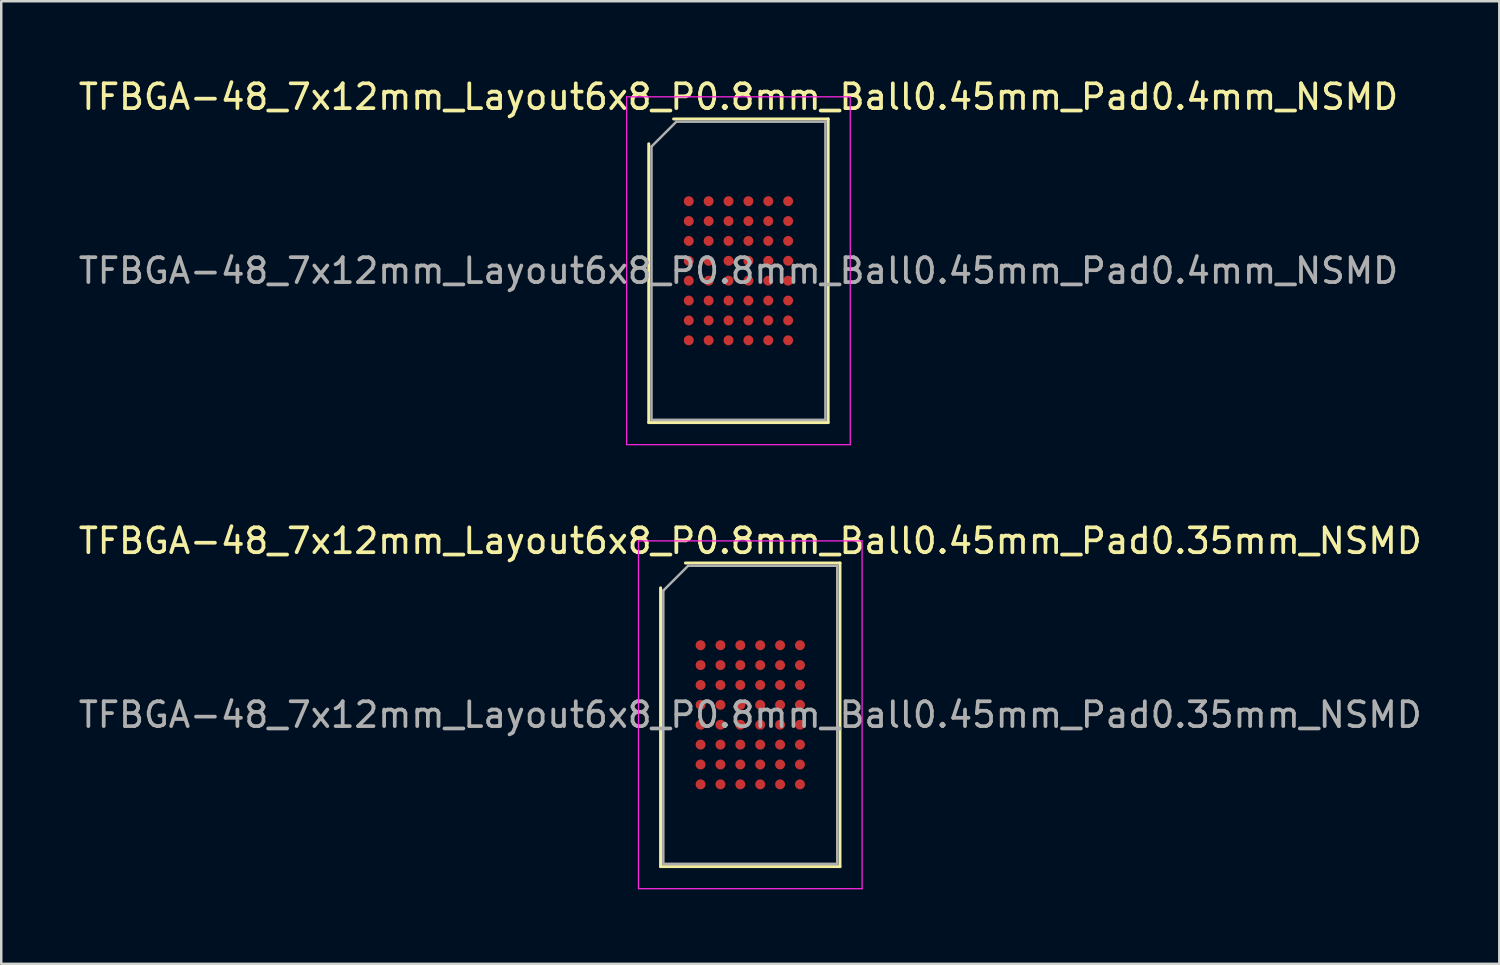
<source format=kicad_pcb>
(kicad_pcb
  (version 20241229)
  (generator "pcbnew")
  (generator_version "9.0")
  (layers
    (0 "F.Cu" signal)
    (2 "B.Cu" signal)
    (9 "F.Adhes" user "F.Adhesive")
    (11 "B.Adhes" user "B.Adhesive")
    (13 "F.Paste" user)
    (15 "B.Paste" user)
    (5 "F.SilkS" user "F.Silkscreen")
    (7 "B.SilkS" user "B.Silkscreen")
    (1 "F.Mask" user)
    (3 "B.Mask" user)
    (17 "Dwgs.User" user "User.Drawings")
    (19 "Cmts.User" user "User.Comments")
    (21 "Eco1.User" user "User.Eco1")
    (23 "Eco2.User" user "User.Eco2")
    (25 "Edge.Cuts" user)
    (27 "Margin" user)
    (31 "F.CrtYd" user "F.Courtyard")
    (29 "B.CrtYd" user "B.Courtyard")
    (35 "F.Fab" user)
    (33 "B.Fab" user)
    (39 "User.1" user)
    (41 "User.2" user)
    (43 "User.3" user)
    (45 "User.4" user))
  (footprint "TFBGA-48_7x12mm_Layout6x8_P0.8mm_Ball0.45mm_Pad0.4mm_NSMD"
    (layer "F.Cu")
    (at 26.673 7.848)
    (property "Reference" "TFBGA-48_7x12mm_Layout6x8_P0.8mm_Ball0.45mm_Pad0.4mm_NSMD" (at 0 -7 0) (layer "F.SilkS") (effects (font (size 1 1) (thickness 0.15))))
    (attr smd)
    (fp_line (start -3.61 6.11) (end -3.61 -5.11) (stroke (width 0.12) (type solid)) (layer "F.SilkS"))
    (fp_line (start -2.61 -6.11) (end 3.61 -6.11) (stroke (width 0.12) (type solid)) (layer "F.SilkS"))
    (fp_line (start 3.61 -6.11) (end 3.61 6.11) (stroke (width 0.12) (type solid)) (layer "F.SilkS"))
    (fp_line (start 3.61 6.11) (end -3.61 6.11) (stroke (width 0.12) (type solid)) (layer "F.SilkS"))
    (fp_line (start -4.5 -7) (end -4.5 7) (stroke (width 0.05) (type solid)) (layer "F.CrtYd"))
    (fp_line (start -4.5 7) (end 4.5 7) (stroke (width 0.05) (type solid)) (layer "F.CrtYd"))
    (fp_line (start 4.5 -7) (end -4.5 -7) (stroke (width 0.05) (type solid)) (layer "F.CrtYd"))
    (fp_line (start 4.5 7) (end 4.5 -7) (stroke (width 0.05) (type solid)) (layer "F.CrtYd"))
    (fp_line (start -3.5 -5) (end -2.5 -6) (stroke (width 0.1) (type solid)) (layer "F.Fab"))
    (fp_line (start -3.5 6) (end -3.5 -5) (stroke (width 0.1) (type solid)) (layer "F.Fab"))
    (fp_line (start -2.5 -6) (end 3.5 -6) (stroke (width 0.1) (type solid)) (layer "F.Fab"))
    (fp_line (start 3.5 -6) (end 3.5 6) (stroke (width 0.1) (type solid)) (layer "F.Fab"))
    (fp_line (start 3.5 6) (end -3.5 6) (stroke (width 0.1) (type solid)) (layer "F.Fab"))
    (fp_text user "${REFERENCE}" (at 0 0 0) (layer "F.Fab") (effects (font (size 1 1) (thickness 0.15))))
    (pad "A1" smd circle (at -2 -2.8) (size 0.4 0.4) (layers "F.Cu" "F.Mask" "F.Paste"))
    (pad "A2" smd circle (at -1.2 -2.8) (size 0.4 0.4) (layers "F.Cu" "F.Mask" "F.Paste"))
    (pad "A3" smd circle (at -0.4 -2.8) (size 0.4 0.4) (layers "F.Cu" "F.Mask" "F.Paste"))
    (pad "A4" smd circle (at 0.4 -2.8) (size 0.4 0.4) (layers "F.Cu" "F.Mask" "F.Paste"))
    (pad "A5" smd circle (at 1.2 -2.8) (size 0.4 0.4) (layers "F.Cu" "F.Mask" "F.Paste"))
    (pad "A6" smd circle (at 2 -2.8) (size 0.4 0.4) (layers "F.Cu" "F.Mask" "F.Paste"))
    (pad "B1" smd circle (at -2 -2) (size 0.4 0.4) (layers "F.Cu" "F.Mask" "F.Paste"))
    (pad "B2" smd circle (at -1.2 -2) (size 0.4 0.4) (layers "F.Cu" "F.Mask" "F.Paste"))
    (pad "B3" smd circle (at -0.4 -2) (size 0.4 0.4) (layers "F.Cu" "F.Mask" "F.Paste"))
    (pad "B4" smd circle (at 0.4 -2) (size 0.4 0.4) (layers "F.Cu" "F.Mask" "F.Paste"))
    (pad "B5" smd circle (at 1.2 -2) (size 0.4 0.4) (layers "F.Cu" "F.Mask" "F.Paste"))
    (pad "B6" smd circle (at 2 -2) (size 0.4 0.4) (layers "F.Cu" "F.Mask" "F.Paste"))
    (pad "C1" smd circle (at -2 -1.2) (size 0.4 0.4) (layers "F.Cu" "F.Mask" "F.Paste"))
    (pad "C2" smd circle (at -1.2 -1.2) (size 0.4 0.4) (layers "F.Cu" "F.Mask" "F.Paste"))
    (pad "C3" smd circle (at -0.4 -1.2) (size 0.4 0.4) (layers "F.Cu" "F.Mask" "F.Paste"))
    (pad "C4" smd circle (at 0.4 -1.2) (size 0.4 0.4) (layers "F.Cu" "F.Mask" "F.Paste"))
    (pad "C5" smd circle (at 1.2 -1.2) (size 0.4 0.4) (layers "F.Cu" "F.Mask" "F.Paste"))
    (pad "C6" smd circle (at 2 -1.2) (size 0.4 0.4) (layers "F.Cu" "F.Mask" "F.Paste"))
    (pad "D1" smd circle (at -2 -0.4) (size 0.4 0.4) (layers "F.Cu" "F.Mask" "F.Paste"))
    (pad "D2" smd circle (at -1.2 -0.4) (size 0.4 0.4) (layers "F.Cu" "F.Mask" "F.Paste"))
    (pad "D3" smd circle (at -0.4 -0.4) (size 0.4 0.4) (layers "F.Cu" "F.Mask" "F.Paste"))
    (pad "D4" smd circle (at 0.4 -0.4) (size 0.4 0.4) (layers "F.Cu" "F.Mask" "F.Paste"))
    (pad "D5" smd circle (at 1.2 -0.4) (size 0.4 0.4) (layers "F.Cu" "F.Mask" "F.Paste"))
    (pad "D6" smd circle (at 2 -0.4) (size 0.4 0.4) (layers "F.Cu" "F.Mask" "F.Paste"))
    (pad "E1" smd circle (at -2 0.4) (size 0.4 0.4) (layers "F.Cu" "F.Mask" "F.Paste"))
    (pad "E2" smd circle (at -1.2 0.4) (size 0.4 0.4) (layers "F.Cu" "F.Mask" "F.Paste"))
    (pad "E3" smd circle (at -0.4 0.4) (size 0.4 0.4) (layers "F.Cu" "F.Mask" "F.Paste"))
    (pad "E4" smd circle (at 0.4 0.4) (size 0.4 0.4) (layers "F.Cu" "F.Mask" "F.Paste"))
    (pad "E5" smd circle (at 1.2 0.4) (size 0.4 0.4) (layers "F.Cu" "F.Mask" "F.Paste"))
    (pad "E6" smd circle (at 2 0.4) (size 0.4 0.4) (layers "F.Cu" "F.Mask" "F.Paste"))
    (pad "F1" smd circle (at -2 1.2) (size 0.4 0.4) (layers "F.Cu" "F.Mask" "F.Paste"))
    (pad "F2" smd circle (at -1.2 1.2) (size 0.4 0.4) (layers "F.Cu" "F.Mask" "F.Paste"))
    (pad "F3" smd circle (at -0.4 1.2) (size 0.4 0.4) (layers "F.Cu" "F.Mask" "F.Paste"))
    (pad "F4" smd circle (at 0.4 1.2) (size 0.4 0.4) (layers "F.Cu" "F.Mask" "F.Paste"))
    (pad "F5" smd circle (at 1.2 1.2) (size 0.4 0.4) (layers "F.Cu" "F.Mask" "F.Paste"))
    (pad "F6" smd circle (at 2 1.2) (size 0.4 0.4) (layers "F.Cu" "F.Mask" "F.Paste"))
    (pad "G1" smd circle (at -2 2) (size 0.4 0.4) (layers "F.Cu" "F.Mask" "F.Paste"))
    (pad "G2" smd circle (at -1.2 2) (size 0.4 0.4) (layers "F.Cu" "F.Mask" "F.Paste"))
    (pad "G3" smd circle (at -0.4 2) (size 0.4 0.4) (layers "F.Cu" "F.Mask" "F.Paste"))
    (pad "G4" smd circle (at 0.4 2) (size 0.4 0.4) (layers "F.Cu" "F.Mask" "F.Paste"))
    (pad "G5" smd circle (at 1.2 2) (size 0.4 0.4) (layers "F.Cu" "F.Mask" "F.Paste"))
    (pad "G6" smd circle (at 2 2) (size 0.4 0.4) (layers "F.Cu" "F.Mask" "F.Paste"))
    (pad "H1" smd circle (at -2 2.8) (size 0.4 0.4) (layers "F.Cu" "F.Mask" "F.Paste"))
    (pad "H2" smd circle (at -1.2 2.8) (size 0.4 0.4) (layers "F.Cu" "F.Mask" "F.Paste"))
    (pad "H3" smd circle (at -0.4 2.8) (size 0.4 0.4) (layers "F.Cu" "F.Mask" "F.Paste"))
    (pad "H4" smd circle (at 0.4 2.8) (size 0.4 0.4) (layers "F.Cu" "F.Mask" "F.Paste"))
    (pad "H5" smd circle (at 1.2 2.8) (size 0.4 0.4) (layers "F.Cu" "F.Mask" "F.Paste"))
    (pad "H6" smd circle (at 2 2.8) (size 0.4 0.4) (layers "F.Cu" "F.Mask" "F.Paste")))
  (footprint "TFBGA-48_7x12mm_Layout6x8_P0.8mm_Ball0.45mm_Pad0.35mm_NSMD"
    (layer "F.Cu")
    (at 27.149 25.721)
    (property "Reference" "TFBGA-48_7x12mm_Layout6x8_P0.8mm_Ball0.45mm_Pad0.35mm_NSMD" (at 0 -7 0) (layer "F.SilkS") (effects (font (size 1 1) (thickness 0.15))))
    (attr smd)
    (fp_line (start -3.61 6.11) (end -3.61 -5.11) (stroke (width 0.12) (type solid)) (layer "F.SilkS"))
    (fp_line (start -2.61 -6.11) (end 3.61 -6.11) (stroke (width 0.12) (type solid)) (layer "F.SilkS"))
    (fp_line (start 3.61 -6.11) (end 3.61 6.11) (stroke (width 0.12) (type solid)) (layer "F.SilkS"))
    (fp_line (start 3.61 6.11) (end -3.61 6.11) (stroke (width 0.12) (type solid)) (layer "F.SilkS"))
    (fp_line (start -4.5 -7) (end -4.5 7) (stroke (width 0.05) (type solid)) (layer "F.CrtYd"))
    (fp_line (start -4.5 7) (end 4.5 7) (stroke (width 0.05) (type solid)) (layer "F.CrtYd"))
    (fp_line (start 4.5 -7) (end -4.5 -7) (stroke (width 0.05) (type solid)) (layer "F.CrtYd"))
    (fp_line (start 4.5 7) (end 4.5 -7) (stroke (width 0.05) (type solid)) (layer "F.CrtYd"))
    (fp_line (start -3.5 -5) (end -2.5 -6) (stroke (width 0.1) (type solid)) (layer "F.Fab"))
    (fp_line (start -3.5 6) (end -3.5 -5) (stroke (width 0.1) (type solid)) (layer "F.Fab"))
    (fp_line (start -2.5 -6) (end 3.5 -6) (stroke (width 0.1) (type solid)) (layer "F.Fab"))
    (fp_line (start 3.5 -6) (end 3.5 6) (stroke (width 0.1) (type solid)) (layer "F.Fab"))
    (fp_line (start 3.5 6) (end -3.5 6) (stroke (width 0.1) (type solid)) (layer "F.Fab"))
    (fp_text user "${REFERENCE}" (at 0 0 0) (layer "F.Fab") (effects (font (size 1 1) (thickness 0.15))))
    (pad "A1" smd circle (at -2 -2.8) (size 0.4 0.4) (layers "F.Cu" "F.Mask" "F.Paste"))
    (pad "A2" smd circle (at -1.2 -2.8) (size 0.4 0.4) (layers "F.Cu" "F.Mask" "F.Paste"))
    (pad "A3" smd circle (at -0.4 -2.8) (size 0.4 0.4) (layers "F.Cu" "F.Mask" "F.Paste"))
    (pad "A4" smd circle (at 0.4 -2.8) (size 0.4 0.4) (layers "F.Cu" "F.Mask" "F.Paste"))
    (pad "A5" smd circle (at 1.2 -2.8) (size 0.4 0.4) (layers "F.Cu" "F.Mask" "F.Paste"))
    (pad "A6" smd circle (at 2 -2.8) (size 0.4 0.4) (layers "F.Cu" "F.Mask" "F.Paste"))
    (pad "B1" smd circle (at -2 -2) (size 0.4 0.4) (layers "F.Cu" "F.Mask" "F.Paste"))
    (pad "B2" smd circle (at -1.2 -2) (size 0.4 0.4) (layers "F.Cu" "F.Mask" "F.Paste"))
    (pad "B3" smd circle (at -0.4 -2) (size 0.4 0.4) (layers "F.Cu" "F.Mask" "F.Paste"))
    (pad "B4" smd circle (at 0.4 -2) (size 0.4 0.4) (layers "F.Cu" "F.Mask" "F.Paste"))
    (pad "B5" smd circle (at 1.2 -2) (size 0.4 0.4) (layers "F.Cu" "F.Mask" "F.Paste"))
    (pad "B6" smd circle (at 2 -2) (size 0.4 0.4) (layers "F.Cu" "F.Mask" "F.Paste"))
    (pad "C1" smd circle (at -2 -1.2) (size 0.4 0.4) (layers "F.Cu" "F.Mask" "F.Paste"))
    (pad "C2" smd circle (at -1.2 -1.2) (size 0.4 0.4) (layers "F.Cu" "F.Mask" "F.Paste"))
    (pad "C3" smd circle (at -0.4 -1.2) (size 0.4 0.4) (layers "F.Cu" "F.Mask" "F.Paste"))
    (pad "C4" smd circle (at 0.4 -1.2) (size 0.4 0.4) (layers "F.Cu" "F.Mask" "F.Paste"))
    (pad "C5" smd circle (at 1.2 -1.2) (size 0.4 0.4) (layers "F.Cu" "F.Mask" "F.Paste"))
    (pad "C6" smd circle (at 2 -1.2) (size 0.4 0.4) (layers "F.Cu" "F.Mask" "F.Paste"))
    (pad "D1" smd circle (at -2 -0.4) (size 0.4 0.4) (layers "F.Cu" "F.Mask" "F.Paste"))
    (pad "D2" smd circle (at -1.2 -0.4) (size 0.4 0.4) (layers "F.Cu" "F.Mask" "F.Paste"))
    (pad "D3" smd circle (at -0.4 -0.4) (size 0.4 0.4) (layers "F.Cu" "F.Mask" "F.Paste"))
    (pad "D4" smd circle (at 0.4 -0.4) (size 0.4 0.4) (layers "F.Cu" "F.Mask" "F.Paste"))
    (pad "D5" smd circle (at 1.2 -0.4) (size 0.4 0.4) (layers "F.Cu" "F.Mask" "F.Paste"))
    (pad "D6" smd circle (at 2 -0.4) (size 0.4 0.4) (layers "F.Cu" "F.Mask" "F.Paste"))
    (pad "E1" smd circle (at -2 0.4) (size 0.4 0.4) (layers "F.Cu" "F.Mask" "F.Paste"))
    (pad "E2" smd circle (at -1.2 0.4) (size 0.4 0.4) (layers "F.Cu" "F.Mask" "F.Paste"))
    (pad "E3" smd circle (at -0.4 0.4) (size 0.4 0.4) (layers "F.Cu" "F.Mask" "F.Paste"))
    (pad "E4" smd circle (at 0.4 0.4) (size 0.4 0.4) (layers "F.Cu" "F.Mask" "F.Paste"))
    (pad "E5" smd circle (at 1.2 0.4) (size 0.4 0.4) (layers "F.Cu" "F.Mask" "F.Paste"))
    (pad "E6" smd circle (at 2 0.4) (size 0.4 0.4) (layers "F.Cu" "F.Mask" "F.Paste"))
    (pad "F1" smd circle (at -2 1.2) (size 0.4 0.4) (layers "F.Cu" "F.Mask" "F.Paste"))
    (pad "F2" smd circle (at -1.2 1.2) (size 0.4 0.4) (layers "F.Cu" "F.Mask" "F.Paste"))
    (pad "F3" smd circle (at -0.4 1.2) (size 0.4 0.4) (layers "F.Cu" "F.Mask" "F.Paste"))
    (pad "F4" smd circle (at 0.4 1.2) (size 0.4 0.4) (layers "F.Cu" "F.Mask" "F.Paste"))
    (pad "F5" smd circle (at 1.2 1.2) (size 0.4 0.4) (layers "F.Cu" "F.Mask" "F.Paste"))
    (pad "F6" smd circle (at 2 1.2) (size 0.4 0.4) (layers "F.Cu" "F.Mask" "F.Paste"))
    (pad "G1" smd circle (at -2 2) (size 0.4 0.4) (layers "F.Cu" "F.Mask" "F.Paste"))
    (pad "G2" smd circle (at -1.2 2) (size 0.4 0.4) (layers "F.Cu" "F.Mask" "F.Paste"))
    (pad "G3" smd circle (at -0.4 2) (size 0.4 0.4) (layers "F.Cu" "F.Mask" "F.Paste"))
    (pad "G4" smd circle (at 0.4 2) (size 0.4 0.4) (layers "F.Cu" "F.Mask" "F.Paste"))
    (pad "G5" smd circle (at 1.2 2) (size 0.4 0.4) (layers "F.Cu" "F.Mask" "F.Paste"))
    (pad "G6" smd circle (at 2 2) (size 0.4 0.4) (layers "F.Cu" "F.Mask" "F.Paste"))
    (pad "H1" smd circle (at -2 2.8) (size 0.4 0.4) (layers "F.Cu" "F.Mask" "F.Paste"))
    (pad "H2" smd circle (at -1.2 2.8) (size 0.4 0.4) (layers "F.Cu" "F.Mask" "F.Paste"))
    (pad "H3" smd circle (at -0.4 2.8) (size 0.4 0.4) (layers "F.Cu" "F.Mask" "F.Paste"))
    (pad "H4" smd circle (at 0.4 2.8) (size 0.4 0.4) (layers "F.Cu" "F.Mask" "F.Paste"))
    (pad "H5" smd circle (at 1.2 2.8) (size 0.4 0.4) (layers "F.Cu" "F.Mask" "F.Paste"))
    (pad "H6" smd circle (at 2 2.8) (size 0.4 0.4) (layers "F.Cu" "F.Mask" "F.Paste")))
  (gr_rect
    (start -3 -3)
    (end 57.298 35.746)
    (stroke (width 0.1) (type default))
    (fill no)
    (layer "Edge.Cuts")))
</source>
